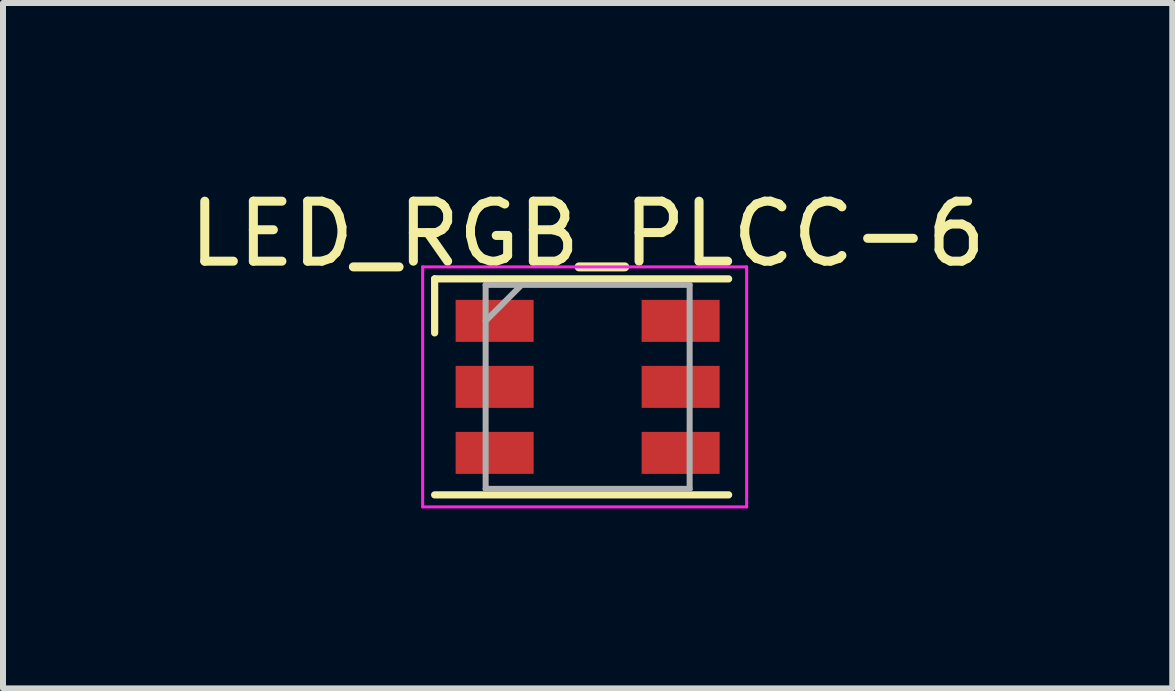
<source format=kicad_pcb>
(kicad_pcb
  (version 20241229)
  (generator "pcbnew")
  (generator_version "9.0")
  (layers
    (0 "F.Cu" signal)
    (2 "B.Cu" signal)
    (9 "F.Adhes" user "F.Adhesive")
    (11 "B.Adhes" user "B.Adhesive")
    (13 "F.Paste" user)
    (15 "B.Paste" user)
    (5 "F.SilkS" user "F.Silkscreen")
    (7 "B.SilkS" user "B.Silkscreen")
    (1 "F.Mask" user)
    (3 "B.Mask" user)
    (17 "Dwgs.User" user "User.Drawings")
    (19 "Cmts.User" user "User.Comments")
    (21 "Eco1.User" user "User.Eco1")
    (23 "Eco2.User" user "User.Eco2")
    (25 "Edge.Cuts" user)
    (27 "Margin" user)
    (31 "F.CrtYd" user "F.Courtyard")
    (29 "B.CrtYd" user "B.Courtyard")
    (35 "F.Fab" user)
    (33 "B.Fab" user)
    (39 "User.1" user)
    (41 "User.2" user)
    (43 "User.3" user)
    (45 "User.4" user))
  (footprint "LED_RGB_PLCC-6"
    (layer "F.Cu")
    (at 6.744 3.398)
    (property "Reference" "LED_RGB_PLCC-6" (at 0 -2.55 180) (layer "F.SilkS") (effects (font (size 1 1) (thickness 0.15))))
    (attr smd)
    (fp_line (start -2.55 -1.8) (end -2.55 -0.9) (stroke (width 0.12) (type solid)) (layer "F.SilkS"))
    (fp_line (start -2.55 1.8) (end 2.35 1.8) (stroke (width 0.12) (type solid)) (layer "F.SilkS"))
    (fp_line (start 2.35 -1.8) (end -2.55 -1.8) (stroke (width 0.12) (type solid)) (layer "F.SilkS"))
    (fp_line (start -2.75 -2) (end -2.75 2) (stroke (width 0.05) (type solid)) (layer "F.CrtYd"))
    (fp_line (start -2.75 -2) (end 2.65 -2) (stroke (width 0.05) (type solid)) (layer "F.CrtYd"))
    (fp_line (start -2.75 2) (end 2.65 2) (stroke (width 0.05) (type solid)) (layer "F.CrtYd"))
    (fp_line (start 2.65 -2) (end 2.65 2) (stroke (width 0.05) (type solid)) (layer "F.CrtYd"))
    (fp_line (start -1.7 -1.7) (end -1.7 1.7) (stroke (width 0.1) (type solid)) (layer "F.Fab"))
    (fp_line (start -1.7 -1.1) (end -1.1 -1.7) (stroke (width 0.1) (type solid)) (layer "F.Fab"))
    (fp_line (start -1.7 1.7) (end 1.7 1.7) (stroke (width 0.1) (type solid)) (layer "F.Fab"))
    (fp_line (start 1.7 -1.7) (end -1.7 -1.7) (stroke (width 0.1) (type solid)) (layer "F.Fab"))
    (fp_line (start 1.7 1.7) (end 1.7 -1.7) (stroke (width 0.1) (type solid)) (layer "F.Fab"))
    (pad "1" smd rect (at -1.55 -1.1 90) (size 0.7 1.3) (layers "F.Cu" "F.Mask" "F.Paste"))
    (pad "1" smd rect (at -1.55 1.1 90) (size 0.7 1.3) (layers "F.Cu" "F.Mask" "F.Paste"))
    (pad "1" smd rect (at 1.55 0 90) (size 0.7 1.3) (layers "F.Cu" "F.Mask" "F.Paste"))
    (pad "2" smd rect (at -1.55 0 90) (size 0.7 1.3) (layers "F.Cu" "F.Mask" "F.Paste"))
    (pad "4" smd rect (at 1.55 1.1 90) (size 0.7 1.3) (layers "F.Cu" "F.Mask" "F.Paste"))
    (pad "6" smd rect (at 1.55 -1.1 90) (size 0.7 1.3) (layers "F.Cu" "F.Mask" "F.Paste")))
  (gr_rect
    (start -3 -3)
    (end 16.488 8.423)
    (stroke (width 0.1) (type default))
    (fill no)
    (layer "Edge.Cuts")))
</source>
